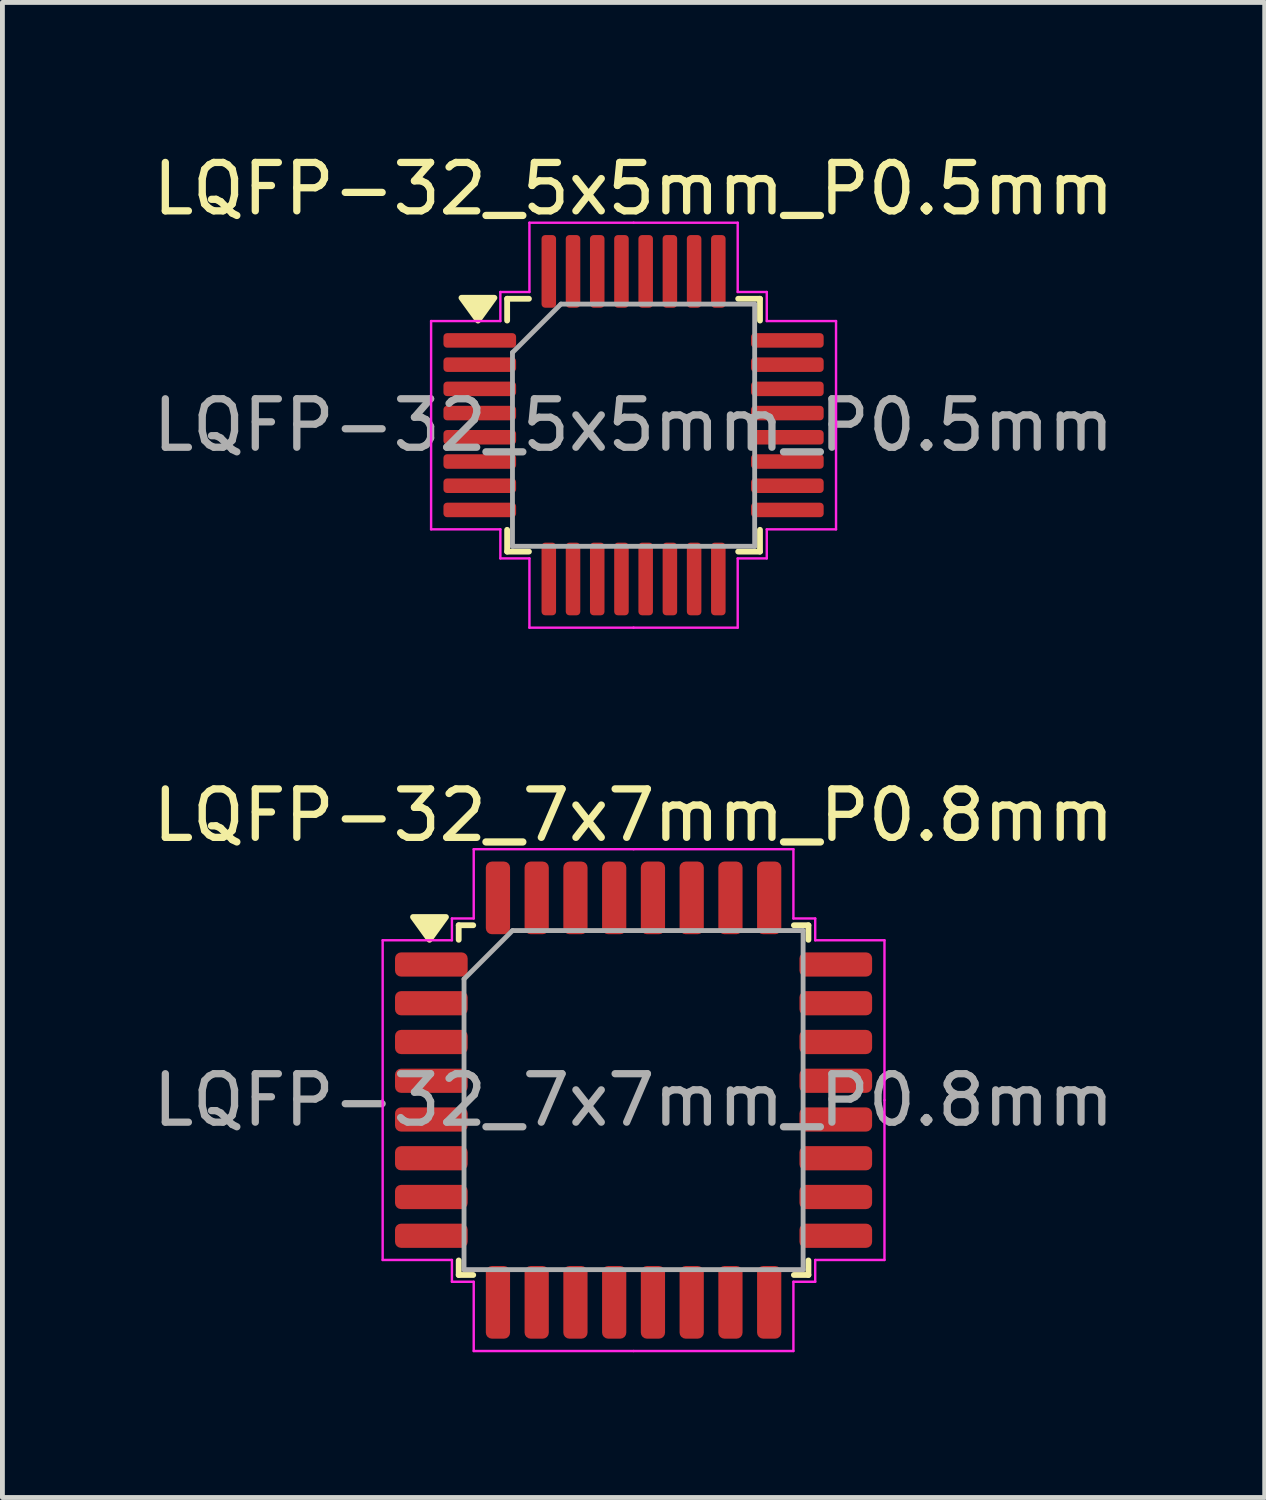
<source format=kicad_pcb>
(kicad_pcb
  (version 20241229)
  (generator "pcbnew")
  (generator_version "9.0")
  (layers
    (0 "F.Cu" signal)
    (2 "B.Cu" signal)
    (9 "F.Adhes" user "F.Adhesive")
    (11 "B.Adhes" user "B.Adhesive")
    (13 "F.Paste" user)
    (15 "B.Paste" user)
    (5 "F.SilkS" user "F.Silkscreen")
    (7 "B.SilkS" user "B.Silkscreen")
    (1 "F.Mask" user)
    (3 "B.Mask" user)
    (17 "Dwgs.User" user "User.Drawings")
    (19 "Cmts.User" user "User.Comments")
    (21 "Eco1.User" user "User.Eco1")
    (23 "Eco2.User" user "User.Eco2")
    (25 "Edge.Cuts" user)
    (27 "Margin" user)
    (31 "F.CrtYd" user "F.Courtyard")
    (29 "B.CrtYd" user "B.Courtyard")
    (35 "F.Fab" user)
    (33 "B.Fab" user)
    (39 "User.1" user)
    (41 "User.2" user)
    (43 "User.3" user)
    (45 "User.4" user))
  (footprint "LQFP-32_5x5mm_P0.5mm"
    (layer "F.Cu")
    (at 10.03 5.728)
    (property "Reference" "LQFP-32_5x5mm_P0.5mm" (at 0 -4.88 0) (layer "F.SilkS") (effects (font (size 1 1) (thickness 0.15))))
    (attr smd)
    (fp_line (start -2.61 -2.61) (end -2.61 -2.16) (stroke (width 0.12) (type solid)) (layer "F.SilkS"))
    (fp_line (start -2.61 2.61) (end -2.61 2.16) (stroke (width 0.12) (type solid)) (layer "F.SilkS"))
    (fp_line (start -2.16 -2.61) (end -2.61 -2.61) (stroke (width 0.12) (type solid)) (layer "F.SilkS"))
    (fp_line (start -2.16 2.61) (end -2.61 2.61) (stroke (width 0.12) (type solid)) (layer "F.SilkS"))
    (fp_line (start 2.16 -2.61) (end 2.61 -2.61) (stroke (width 0.12) (type solid)) (layer "F.SilkS"))
    (fp_line (start 2.16 2.61) (end 2.61 2.61) (stroke (width 0.12) (type solid)) (layer "F.SilkS"))
    (fp_line (start 2.61 -2.61) (end 2.61 -2.16) (stroke (width 0.12) (type solid)) (layer "F.SilkS"))
    (fp_line (start 2.61 2.61) (end 2.61 2.16) (stroke (width 0.12) (type solid)) (layer "F.SilkS"))
    (fp_poly (pts (xy -3.212 -2.16) (xy -3.553 -2.63) (xy -2.873 -2.63) (xy -3.212 -2.16)) (stroke (width 0.12) (type solid)) (fill yes) (layer "F.SilkS"))
    (fp_line (start -4.18 -2.15) (end -4.18 0) (stroke (width 0.05) (type solid)) (layer "F.CrtYd"))
    (fp_line (start -4.18 2.15) (end -4.18 0) (stroke (width 0.05) (type solid)) (layer "F.CrtYd"))
    (fp_line (start -2.75 -2.75) (end -2.75 -2.15) (stroke (width 0.05) (type solid)) (layer "F.CrtYd"))
    (fp_line (start -2.75 -2.15) (end -4.18 -2.15) (stroke (width 0.05) (type solid)) (layer "F.CrtYd"))
    (fp_line (start -2.75 2.15) (end -4.18 2.15) (stroke (width 0.05) (type solid)) (layer "F.CrtYd"))
    (fp_line (start -2.75 2.75) (end -2.75 2.15) (stroke (width 0.05) (type solid)) (layer "F.CrtYd"))
    (fp_line (start -2.15 -4.18) (end -2.15 -2.75) (stroke (width 0.05) (type solid)) (layer "F.CrtYd"))
    (fp_line (start -2.15 -2.75) (end -2.75 -2.75) (stroke (width 0.05) (type solid)) (layer "F.CrtYd"))
    (fp_line (start -2.15 2.75) (end -2.75 2.75) (stroke (width 0.05) (type solid)) (layer "F.CrtYd"))
    (fp_line (start -2.15 4.18) (end -2.15 2.75) (stroke (width 0.05) (type solid)) (layer "F.CrtYd"))
    (fp_line (start 0 -4.18) (end -2.15 -4.18) (stroke (width 0.05) (type solid)) (layer "F.CrtYd"))
    (fp_line (start 0 -4.18) (end 2.15 -4.18) (stroke (width 0.05) (type solid)) (layer "F.CrtYd"))
    (fp_line (start 0 4.18) (end -2.15 4.18) (stroke (width 0.05) (type solid)) (layer "F.CrtYd"))
    (fp_line (start 0 4.18) (end 2.15 4.18) (stroke (width 0.05) (type solid)) (layer "F.CrtYd"))
    (fp_line (start 2.15 -4.18) (end 2.15 -2.75) (stroke (width 0.05) (type solid)) (layer "F.CrtYd"))
    (fp_line (start 2.15 -2.75) (end 2.75 -2.75) (stroke (width 0.05) (type solid)) (layer "F.CrtYd"))
    (fp_line (start 2.15 2.75) (end 2.75 2.75) (stroke (width 0.05) (type solid)) (layer "F.CrtYd"))
    (fp_line (start 2.15 4.18) (end 2.15 2.75) (stroke (width 0.05) (type solid)) (layer "F.CrtYd"))
    (fp_line (start 2.75 -2.75) (end 2.75 -2.15) (stroke (width 0.05) (type solid)) (layer "F.CrtYd"))
    (fp_line (start 2.75 -2.15) (end 4.18 -2.15) (stroke (width 0.05) (type solid)) (layer "F.CrtYd"))
    (fp_line (start 2.75 2.15) (end 4.18 2.15) (stroke (width 0.05) (type solid)) (layer "F.CrtYd"))
    (fp_line (start 2.75 2.75) (end 2.75 2.15) (stroke (width 0.05) (type solid)) (layer "F.CrtYd"))
    (fp_line (start 4.18 -2.15) (end 4.18 0) (stroke (width 0.05) (type solid)) (layer "F.CrtYd"))
    (fp_line (start 4.18 2.15) (end 4.18 0) (stroke (width 0.05) (type solid)) (layer "F.CrtYd"))
    (fp_line (start -2.5 -1.5) (end -1.5 -2.5) (stroke (width 0.1) (type solid)) (layer "F.Fab"))
    (fp_line (start -2.5 2.5) (end -2.5 -1.5) (stroke (width 0.1) (type solid)) (layer "F.Fab"))
    (fp_line (start -1.5 -2.5) (end 2.5 -2.5) (stroke (width 0.1) (type solid)) (layer "F.Fab"))
    (fp_line (start 2.5 -2.5) (end 2.5 2.5) (stroke (width 0.1) (type solid)) (layer "F.Fab"))
    (fp_line (start 2.5 2.5) (end -2.5 2.5) (stroke (width 0.1) (type solid)) (layer "F.Fab"))
    (fp_text user "${REFERENCE}" (at 0 0 0) (layer "F.Fab") (effects (font (size 1 1) (thickness 0.15))))
    (pad "1" smd roundrect (at -3.175 -1.75) (size 1.5 0.3) (layers "F.Cu" "F.Mask" "F.Paste") (roundrect_rratio 0.25))
    (pad "2" smd roundrect (at -3.175 -1.25) (size 1.5 0.3) (layers "F.Cu" "F.Mask" "F.Paste") (roundrect_rratio 0.25))
    (pad "3" smd roundrect (at -3.175 -0.75) (size 1.5 0.3) (layers "F.Cu" "F.Mask" "F.Paste") (roundrect_rratio 0.25))
    (pad "4" smd roundrect (at -3.175 -0.25) (size 1.5 0.3) (layers "F.Cu" "F.Mask" "F.Paste") (roundrect_rratio 0.25))
    (pad "5" smd roundrect (at -3.175 0.25) (size 1.5 0.3) (layers "F.Cu" "F.Mask" "F.Paste") (roundrect_rratio 0.25))
    (pad "6" smd roundrect (at -3.175 0.75) (size 1.5 0.3) (layers "F.Cu" "F.Mask" "F.Paste") (roundrect_rratio 0.25))
    (pad "7" smd roundrect (at -3.175 1.25) (size 1.5 0.3) (layers "F.Cu" "F.Mask" "F.Paste") (roundrect_rratio 0.25))
    (pad "8" smd roundrect (at -3.175 1.75) (size 1.5 0.3) (layers "F.Cu" "F.Mask" "F.Paste") (roundrect_rratio 0.25))
    (pad "9" smd roundrect (at -1.75 3.175) (size 0.3 1.5) (layers "F.Cu" "F.Mask" "F.Paste") (roundrect_rratio 0.25))
    (pad "10" smd roundrect (at -1.25 3.175) (size 0.3 1.5) (layers "F.Cu" "F.Mask" "F.Paste") (roundrect_rratio 0.25))
    (pad "11" smd roundrect (at -0.75 3.175) (size 0.3 1.5) (layers "F.Cu" "F.Mask" "F.Paste") (roundrect_rratio 0.25))
    (pad "12" smd roundrect (at -0.25 3.175) (size 0.3 1.5) (layers "F.Cu" "F.Mask" "F.Paste") (roundrect_rratio 0.25))
    (pad "13" smd roundrect (at 0.25 3.175) (size 0.3 1.5) (layers "F.Cu" "F.Mask" "F.Paste") (roundrect_rratio 0.25))
    (pad "14" smd roundrect (at 0.75 3.175) (size 0.3 1.5) (layers "F.Cu" "F.Mask" "F.Paste") (roundrect_rratio 0.25))
    (pad "15" smd roundrect (at 1.25 3.175) (size 0.3 1.5) (layers "F.Cu" "F.Mask" "F.Paste") (roundrect_rratio 0.25))
    (pad "16" smd roundrect (at 1.75 3.175) (size 0.3 1.5) (layers "F.Cu" "F.Mask" "F.Paste") (roundrect_rratio 0.25))
    (pad "17" smd roundrect (at 3.175 1.75) (size 1.5 0.3) (layers "F.Cu" "F.Mask" "F.Paste") (roundrect_rratio 0.25))
    (pad "18" smd roundrect (at 3.175 1.25) (size 1.5 0.3) (layers "F.Cu" "F.Mask" "F.Paste") (roundrect_rratio 0.25))
    (pad "19" smd roundrect (at 3.175 0.75) (size 1.5 0.3) (layers "F.Cu" "F.Mask" "F.Paste") (roundrect_rratio 0.25))
    (pad "20" smd roundrect (at 3.175 0.25) (size 1.5 0.3) (layers "F.Cu" "F.Mask" "F.Paste") (roundrect_rratio 0.25))
    (pad "21" smd roundrect (at 3.175 -0.25) (size 1.5 0.3) (layers "F.Cu" "F.Mask" "F.Paste") (roundrect_rratio 0.25))
    (pad "22" smd roundrect (at 3.175 -0.75) (size 1.5 0.3) (layers "F.Cu" "F.Mask" "F.Paste") (roundrect_rratio 0.25))
    (pad "23" smd roundrect (at 3.175 -1.25) (size 1.5 0.3) (layers "F.Cu" "F.Mask" "F.Paste") (roundrect_rratio 0.25))
    (pad "24" smd roundrect (at 3.175 -1.75) (size 1.5 0.3) (layers "F.Cu" "F.Mask" "F.Paste") (roundrect_rratio 0.25))
    (pad "25" smd roundrect (at 1.75 -3.175) (size 0.3 1.5) (layers "F.Cu" "F.Mask" "F.Paste") (roundrect_rratio 0.25))
    (pad "26" smd roundrect (at 1.25 -3.175) (size 0.3 1.5) (layers "F.Cu" "F.Mask" "F.Paste") (roundrect_rratio 0.25))
    (pad "27" smd roundrect (at 0.75 -3.175) (size 0.3 1.5) (layers "F.Cu" "F.Mask" "F.Paste") (roundrect_rratio 0.25))
    (pad "28" smd roundrect (at 0.25 -3.175) (size 0.3 1.5) (layers "F.Cu" "F.Mask" "F.Paste") (roundrect_rratio 0.25))
    (pad "29" smd roundrect (at -0.25 -3.175) (size 0.3 1.5) (layers "F.Cu" "F.Mask" "F.Paste") (roundrect_rratio 0.25))
    (pad "30" smd roundrect (at -0.75 -3.175) (size 0.3 1.5) (layers "F.Cu" "F.Mask" "F.Paste") (roundrect_rratio 0.25))
    (pad "31" smd roundrect (at -1.25 -3.175) (size 0.3 1.5) (layers "F.Cu" "F.Mask" "F.Paste") (roundrect_rratio 0.25))
    (pad "32" smd roundrect (at -1.75 -3.175) (size 0.3 1.5) (layers "F.Cu" "F.Mask" "F.Paste") (roundrect_rratio 0.25)))
  (footprint "LQFP-32_7x7mm_P0.8mm"
    (layer "F.Cu")
    (at 10.03 19.662)
    (property "Reference" "LQFP-32_7x7mm_P0.8mm" (at 0 -5.88 0) (layer "F.SilkS") (effects (font (size 1 1) (thickness 0.15))))
    (attr smd)
    (fp_line (start -3.61 -3.61) (end -3.61 -3.31) (stroke (width 0.12) (type solid)) (layer "F.SilkS"))
    (fp_line (start -3.61 3.61) (end -3.61 3.31) (stroke (width 0.12) (type solid)) (layer "F.SilkS"))
    (fp_line (start -3.31 -3.61) (end -3.61 -3.61) (stroke (width 0.12) (type solid)) (layer "F.SilkS"))
    (fp_line (start -3.31 3.61) (end -3.61 3.61) (stroke (width 0.12) (type solid)) (layer "F.SilkS"))
    (fp_line (start 3.31 -3.61) (end 3.61 -3.61) (stroke (width 0.12) (type solid)) (layer "F.SilkS"))
    (fp_line (start 3.31 3.61) (end 3.61 3.61) (stroke (width 0.12) (type solid)) (layer "F.SilkS"))
    (fp_line (start 3.61 -3.61) (end 3.61 -3.31) (stroke (width 0.12) (type solid)) (layer "F.SilkS"))
    (fp_line (start 3.61 3.61) (end 3.61 3.31) (stroke (width 0.12) (type solid)) (layer "F.SilkS"))
    (fp_poly (pts (xy -4.213 -3.31) (xy -4.553 -3.78) (xy -3.873 -3.78) (xy -4.213 -3.31)) (stroke (width 0.12) (type solid)) (fill yes) (layer "F.SilkS"))
    (fp_line (start -5.18 -3.3) (end -5.18 0) (stroke (width 0.05) (type solid)) (layer "F.CrtYd"))
    (fp_line (start -5.18 3.3) (end -5.18 0) (stroke (width 0.05) (type solid)) (layer "F.CrtYd"))
    (fp_line (start -3.75 -3.75) (end -3.75 -3.3) (stroke (width 0.05) (type solid)) (layer "F.CrtYd"))
    (fp_line (start -3.75 -3.3) (end -5.18 -3.3) (stroke (width 0.05) (type solid)) (layer "F.CrtYd"))
    (fp_line (start -3.75 3.3) (end -5.18 3.3) (stroke (width 0.05) (type solid)) (layer "F.CrtYd"))
    (fp_line (start -3.75 3.75) (end -3.75 3.3) (stroke (width 0.05) (type solid)) (layer "F.CrtYd"))
    (fp_line (start -3.3 -5.18) (end -3.3 -3.75) (stroke (width 0.05) (type solid)) (layer "F.CrtYd"))
    (fp_line (start -3.3 -3.75) (end -3.75 -3.75) (stroke (width 0.05) (type solid)) (layer "F.CrtYd"))
    (fp_line (start -3.3 3.75) (end -3.75 3.75) (stroke (width 0.05) (type solid)) (layer "F.CrtYd"))
    (fp_line (start -3.3 5.18) (end -3.3 3.75) (stroke (width 0.05) (type solid)) (layer "F.CrtYd"))
    (fp_line (start 0 -5.18) (end -3.3 -5.18) (stroke (width 0.05) (type solid)) (layer "F.CrtYd"))
    (fp_line (start 0 -5.18) (end 3.3 -5.18) (stroke (width 0.05) (type solid)) (layer "F.CrtYd"))
    (fp_line (start 0 5.18) (end -3.3 5.18) (stroke (width 0.05) (type solid)) (layer "F.CrtYd"))
    (fp_line (start 0 5.18) (end 3.3 5.18) (stroke (width 0.05) (type solid)) (layer "F.CrtYd"))
    (fp_line (start 3.3 -5.18) (end 3.3 -3.75) (stroke (width 0.05) (type solid)) (layer "F.CrtYd"))
    (fp_line (start 3.3 -3.75) (end 3.75 -3.75) (stroke (width 0.05) (type solid)) (layer "F.CrtYd"))
    (fp_line (start 3.3 3.75) (end 3.75 3.75) (stroke (width 0.05) (type solid)) (layer "F.CrtYd"))
    (fp_line (start 3.3 5.18) (end 3.3 3.75) (stroke (width 0.05) (type solid)) (layer "F.CrtYd"))
    (fp_line (start 3.75 -3.75) (end 3.75 -3.3) (stroke (width 0.05) (type solid)) (layer "F.CrtYd"))
    (fp_line (start 3.75 -3.3) (end 5.18 -3.3) (stroke (width 0.05) (type solid)) (layer "F.CrtYd"))
    (fp_line (start 3.75 3.3) (end 5.18 3.3) (stroke (width 0.05) (type solid)) (layer "F.CrtYd"))
    (fp_line (start 3.75 3.75) (end 3.75 3.3) (stroke (width 0.05) (type solid)) (layer "F.CrtYd"))
    (fp_line (start 5.18 -3.3) (end 5.18 0) (stroke (width 0.05) (type solid)) (layer "F.CrtYd"))
    (fp_line (start 5.18 3.3) (end 5.18 0) (stroke (width 0.05) (type solid)) (layer "F.CrtYd"))
    (fp_line (start -3.5 -2.5) (end -2.5 -3.5) (stroke (width 0.1) (type solid)) (layer "F.Fab"))
    (fp_line (start -3.5 3.5) (end -3.5 -2.5) (stroke (width 0.1) (type solid)) (layer "F.Fab"))
    (fp_line (start -2.5 -3.5) (end 3.5 -3.5) (stroke (width 0.1) (type solid)) (layer "F.Fab"))
    (fp_line (start 3.5 -3.5) (end 3.5 3.5) (stroke (width 0.1) (type solid)) (layer "F.Fab"))
    (fp_line (start 3.5 3.5) (end -3.5 3.5) (stroke (width 0.1) (type solid)) (layer "F.Fab"))
    (fp_text user "${REFERENCE}" (at 0 0 0) (layer "F.Fab") (effects (font (size 1 1) (thickness 0.15))))
    (pad "1" smd roundrect (at -4.175 -2.8) (size 1.5 0.5) (layers "F.Cu" "F.Mask" "F.Paste") (roundrect_rratio 0.25))
    (pad "2" smd roundrect (at -4.175 -2) (size 1.5 0.5) (layers "F.Cu" "F.Mask" "F.Paste") (roundrect_rratio 0.25))
    (pad "3" smd roundrect (at -4.175 -1.2) (size 1.5 0.5) (layers "F.Cu" "F.Mask" "F.Paste") (roundrect_rratio 0.25))
    (pad "4" smd roundrect (at -4.175 -0.4) (size 1.5 0.5) (layers "F.Cu" "F.Mask" "F.Paste") (roundrect_rratio 0.25))
    (pad "5" smd roundrect (at -4.175 0.4) (size 1.5 0.5) (layers "F.Cu" "F.Mask" "F.Paste") (roundrect_rratio 0.25))
    (pad "6" smd roundrect (at -4.175 1.2) (size 1.5 0.5) (layers "F.Cu" "F.Mask" "F.Paste") (roundrect_rratio 0.25))
    (pad "7" smd roundrect (at -4.175 2) (size 1.5 0.5) (layers "F.Cu" "F.Mask" "F.Paste") (roundrect_rratio 0.25))
    (pad "8" smd roundrect (at -4.175 2.8) (size 1.5 0.5) (layers "F.Cu" "F.Mask" "F.Paste") (roundrect_rratio 0.25))
    (pad "9" smd roundrect (at -2.8 4.175) (size 0.5 1.5) (layers "F.Cu" "F.Mask" "F.Paste") (roundrect_rratio 0.25))
    (pad "10" smd roundrect (at -2 4.175) (size 0.5 1.5) (layers "F.Cu" "F.Mask" "F.Paste") (roundrect_rratio 0.25))
    (pad "11" smd roundrect (at -1.2 4.175) (size 0.5 1.5) (layers "F.Cu" "F.Mask" "F.Paste") (roundrect_rratio 0.25))
    (pad "12" smd roundrect (at -0.4 4.175) (size 0.5 1.5) (layers "F.Cu" "F.Mask" "F.Paste") (roundrect_rratio 0.25))
    (pad "13" smd roundrect (at 0.4 4.175) (size 0.5 1.5) (layers "F.Cu" "F.Mask" "F.Paste") (roundrect_rratio 0.25))
    (pad "14" smd roundrect (at 1.2 4.175) (size 0.5 1.5) (layers "F.Cu" "F.Mask" "F.Paste") (roundrect_rratio 0.25))
    (pad "15" smd roundrect (at 2 4.175) (size 0.5 1.5) (layers "F.Cu" "F.Mask" "F.Paste") (roundrect_rratio 0.25))
    (pad "16" smd roundrect (at 2.8 4.175) (size 0.5 1.5) (layers "F.Cu" "F.Mask" "F.Paste") (roundrect_rratio 0.25))
    (pad "17" smd roundrect (at 4.175 2.8) (size 1.5 0.5) (layers "F.Cu" "F.Mask" "F.Paste") (roundrect_rratio 0.25))
    (pad "18" smd roundrect (at 4.175 2) (size 1.5 0.5) (layers "F.Cu" "F.Mask" "F.Paste") (roundrect_rratio 0.25))
    (pad "19" smd roundrect (at 4.175 1.2) (size 1.5 0.5) (layers "F.Cu" "F.Mask" "F.Paste") (roundrect_rratio 0.25))
    (pad "20" smd roundrect (at 4.175 0.4) (size 1.5 0.5) (layers "F.Cu" "F.Mask" "F.Paste") (roundrect_rratio 0.25))
    (pad "21" smd roundrect (at 4.175 -0.4) (size 1.5 0.5) (layers "F.Cu" "F.Mask" "F.Paste") (roundrect_rratio 0.25))
    (pad "22" smd roundrect (at 4.175 -1.2) (size 1.5 0.5) (layers "F.Cu" "F.Mask" "F.Paste") (roundrect_rratio 0.25))
    (pad "23" smd roundrect (at 4.175 -2) (size 1.5 0.5) (layers "F.Cu" "F.Mask" "F.Paste") (roundrect_rratio 0.25))
    (pad "24" smd roundrect (at 4.175 -2.8) (size 1.5 0.5) (layers "F.Cu" "F.Mask" "F.Paste") (roundrect_rratio 0.25))
    (pad "25" smd roundrect (at 2.8 -4.175) (size 0.5 1.5) (layers "F.Cu" "F.Mask" "F.Paste") (roundrect_rratio 0.25))
    (pad "26" smd roundrect (at 2 -4.175) (size 0.5 1.5) (layers "F.Cu" "F.Mask" "F.Paste") (roundrect_rratio 0.25))
    (pad "27" smd roundrect (at 1.2 -4.175) (size 0.5 1.5) (layers "F.Cu" "F.Mask" "F.Paste") (roundrect_rratio 0.25))
    (pad "28" smd roundrect (at 0.4 -4.175) (size 0.5 1.5) (layers "F.Cu" "F.Mask" "F.Paste") (roundrect_rratio 0.25))
    (pad "29" smd roundrect (at -0.4 -4.175) (size 0.5 1.5) (layers "F.Cu" "F.Mask" "F.Paste") (roundrect_rratio 0.25))
    (pad "30" smd roundrect (at -1.2 -4.175) (size 0.5 1.5) (layers "F.Cu" "F.Mask" "F.Paste") (roundrect_rratio 0.25))
    (pad "31" smd roundrect (at -2 -4.175) (size 0.5 1.5) (layers "F.Cu" "F.Mask" "F.Paste") (roundrect_rratio 0.25))
    (pad "32" smd roundrect (at -2.8 -4.175) (size 0.5 1.5) (layers "F.Cu" "F.Mask" "F.Paste") (roundrect_rratio 0.25)))
  (gr_rect
    (start -3 -3)
    (end 23.06 27.866)
    (stroke (width 0.1) (type default))
    (fill no)
    (layer "Edge.Cuts")))
</source>
